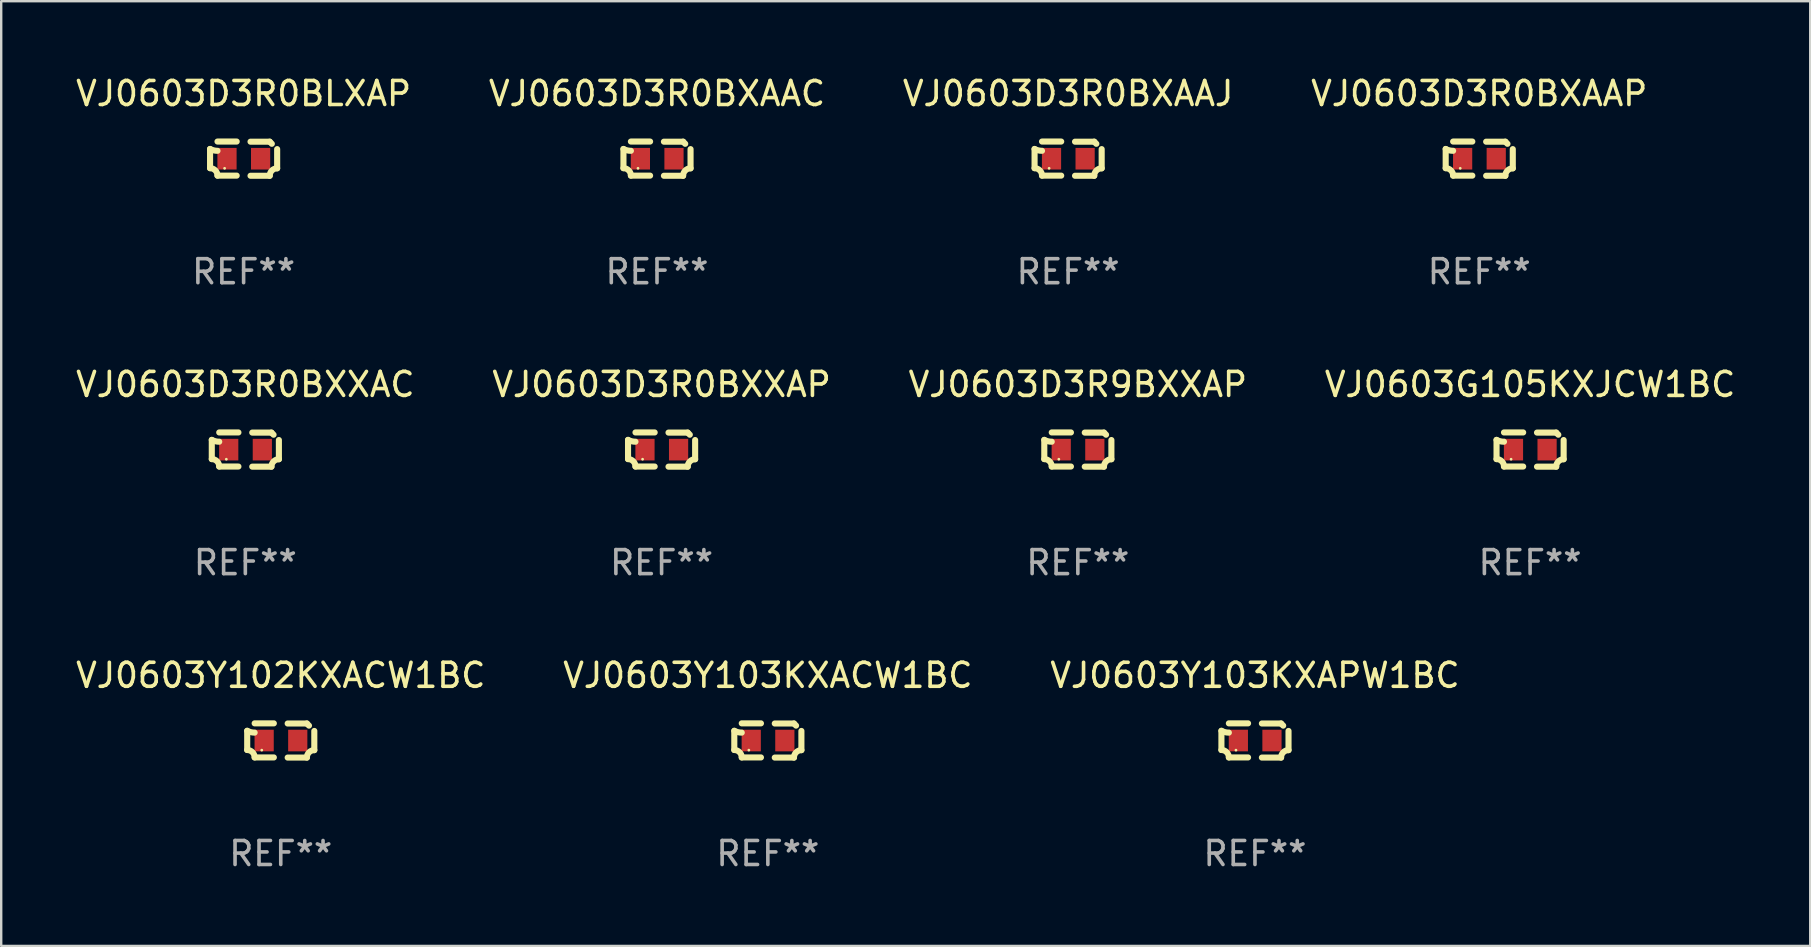
<source format=kicad_pcb>
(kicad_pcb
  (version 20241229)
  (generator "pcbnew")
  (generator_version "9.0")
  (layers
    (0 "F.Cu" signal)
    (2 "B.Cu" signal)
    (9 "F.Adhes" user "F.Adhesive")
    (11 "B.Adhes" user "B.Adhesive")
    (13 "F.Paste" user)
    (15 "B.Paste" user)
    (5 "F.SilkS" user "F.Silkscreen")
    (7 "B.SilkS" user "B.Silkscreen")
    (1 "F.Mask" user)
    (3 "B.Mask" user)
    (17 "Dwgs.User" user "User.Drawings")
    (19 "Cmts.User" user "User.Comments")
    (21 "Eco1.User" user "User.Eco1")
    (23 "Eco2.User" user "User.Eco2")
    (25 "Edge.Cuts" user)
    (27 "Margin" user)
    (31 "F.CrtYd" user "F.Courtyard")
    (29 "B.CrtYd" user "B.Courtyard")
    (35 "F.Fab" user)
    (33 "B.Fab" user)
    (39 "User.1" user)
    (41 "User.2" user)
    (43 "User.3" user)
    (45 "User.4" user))
  (footprint "VJ0603D3R0BXAAC"
    (layer "F.Cu")
    (at 24.327 3.561)
    (property "Reference" "VJ0603D3R0BXAAC" (at 0 -2.713 0) (layer "F.SilkS") (effects (font (size 1 1) (thickness 0.15))))
    (attr through_hole)
    (fp_line (start -1.398 -0.403) (end -1.398 0.397) (stroke (width 0.254) (type solid)) (layer "F.SilkS"))
    (fp_line (start -0.288 -0.713) (end -1.088 -0.713) (stroke (width 0.254) (type solid)) (layer "F.SilkS"))
    (fp_line (start -0.288 0.707) (end -1.088 0.707) (stroke (width 0.254) (type solid)) (layer "F.SilkS"))
    (fp_line (start 0.288 -0.707) (end 1.088 -0.707) (stroke (width 0.254) (type solid)) (layer "F.SilkS"))
    (fp_line (start 0.288 0.713) (end 1.088 0.713) (stroke (width 0.254) (type solid)) (layer "F.SilkS"))
    (fp_line (start 1.398 -0.397) (end 1.398 0.403) (stroke (width 0.254) (type solid)) (layer "F.SilkS"))
    (fp_arc (start -1.397789 0.397066) (mid -1.178701 0.487826) (end -1.08796 0.706922) (stroke (width 0.254001) (type solid)) (layer "F.SilkS"))
    (fp_arc (start -1.08796 -0.327176) (mid -1.247436 -0.346384) (end -1.39779 -0.402908) (stroke (width 0.254001) (type solid)) (layer "F.SilkS"))
    (fp_arc (start 1.087909 0.712738) (mid 1.178656 0.493655) (end 1.397739 0.402908) (stroke (width 0.254001) (type solid)) (layer "F.SilkS"))
    (fp_arc (start 1.175925 -0.618926) (mid 1.131917 -0.662923) (end 1.08791 -0.706922) (stroke (width 0.254001) (type solid)) (layer "F.SilkS"))
    (fp_circle (center -0.792 0.403) (end -0.762 0.403) (stroke (width 0.06) (type solid)) (fill no) (layer "F.SilkS"))
    (fp_text user "REF**" (at 0 4.713 0) (layer "F.Fab") (effects (font (size 1 1) (thickness 0.15))))
    (pad "1" smd rect (at -0.692 0.003) (size 0.8 0.9) (layers "F.Cu" "F.Mask" "F.Paste"))
    (pad "2" smd rect (at 0.708 0.003) (size 0.8 0.9) (layers "F.Cu" "F.Mask" "F.Paste")))
  (footprint "VJ0603G105KXJCW1BC"
    (layer "F.Cu")
    (at 60.708 15.683)
    (property "Reference" "VJ0603G105KXJCW1BC" (at 0 -2.713 0) (layer "F.SilkS") (effects (font (size 1 1) (thickness 0.15))))
    (attr through_hole)
    (fp_line (start -1.398 -0.403) (end -1.398 0.397) (stroke (width 0.254) (type solid)) (layer "F.SilkS"))
    (fp_line (start -0.288 -0.713) (end -1.088 -0.713) (stroke (width 0.254) (type solid)) (layer "F.SilkS"))
    (fp_line (start -0.288 0.707) (end -1.088 0.707) (stroke (width 0.254) (type solid)) (layer "F.SilkS"))
    (fp_line (start 0.288 -0.707) (end 1.088 -0.707) (stroke (width 0.254) (type solid)) (layer "F.SilkS"))
    (fp_line (start 0.288 0.713) (end 1.088 0.713) (stroke (width 0.254) (type solid)) (layer "F.SilkS"))
    (fp_line (start 1.398 -0.397) (end 1.398 0.403) (stroke (width 0.254) (type solid)) (layer "F.SilkS"))
    (fp_arc (start -1.397789 0.397066) (mid -1.178701 0.487826) (end -1.08796 0.706922) (stroke (width 0.254001) (type solid)) (layer "F.SilkS"))
    (fp_arc (start -1.08796 -0.327176) (mid -1.247436 -0.346384) (end -1.39779 -0.402908) (stroke (width 0.254001) (type solid)) (layer "F.SilkS"))
    (fp_arc (start 1.087909 0.712738) (mid 1.178656 0.493655) (end 1.397739 0.402908) (stroke (width 0.254001) (type solid)) (layer "F.SilkS"))
    (fp_arc (start 1.175925 -0.618926) (mid 1.131917 -0.662923) (end 1.08791 -0.706922) (stroke (width 0.254001) (type solid)) (layer "F.SilkS"))
    (fp_circle (center -0.792 0.403) (end -0.762 0.403) (stroke (width 0.06) (type solid)) (fill no) (layer "F.SilkS"))
    (fp_text user "REF**" (at 0 4.713 0) (layer "F.Fab") (effects (font (size 1 1) (thickness 0.15))))
    (pad "1" smd rect (at -0.692 0.003) (size 0.8 0.9) (layers "F.Cu" "F.Mask" "F.Paste"))
    (pad "2" smd rect (at 0.708 0.003) (size 0.8 0.9) (layers "F.Cu" "F.Mask" "F.Paste")))
  (footprint "VJ0603Y103KXACW1BC"
    (layer "F.Cu")
    (at 28.946 27.805)
    (property "Reference" "VJ0603Y103KXACW1BC" (at 0 -2.713 0) (layer "F.SilkS") (effects (font (size 1 1) (thickness 0.15))))
    (attr through_hole)
    (fp_line (start -1.398 -0.403) (end -1.398 0.397) (stroke (width 0.254) (type solid)) (layer "F.SilkS"))
    (fp_line (start -0.288 -0.713) (end -1.088 -0.713) (stroke (width 0.254) (type solid)) (layer "F.SilkS"))
    (fp_line (start -0.288 0.707) (end -1.088 0.707) (stroke (width 0.254) (type solid)) (layer "F.SilkS"))
    (fp_line (start 0.288 -0.707) (end 1.088 -0.707) (stroke (width 0.254) (type solid)) (layer "F.SilkS"))
    (fp_line (start 0.288 0.713) (end 1.088 0.713) (stroke (width 0.254) (type solid)) (layer "F.SilkS"))
    (fp_line (start 1.398 -0.397) (end 1.398 0.403) (stroke (width 0.254) (type solid)) (layer "F.SilkS"))
    (fp_arc (start -1.397789 0.397066) (mid -1.178701 0.487826) (end -1.08796 0.706922) (stroke (width 0.254001) (type solid)) (layer "F.SilkS"))
    (fp_arc (start -1.08796 -0.327176) (mid -1.247436 -0.346384) (end -1.39779 -0.402908) (stroke (width 0.254001) (type solid)) (layer "F.SilkS"))
    (fp_arc (start 1.087909 0.712738) (mid 1.178656 0.493655) (end 1.397739 0.402908) (stroke (width 0.254001) (type solid)) (layer "F.SilkS"))
    (fp_arc (start 1.175925 -0.618926) (mid 1.131917 -0.662923) (end 1.08791 -0.706922) (stroke (width 0.254001) (type solid)) (layer "F.SilkS"))
    (fp_circle (center -0.792 0.403) (end -0.762 0.403) (stroke (width 0.06) (type solid)) (fill no) (layer "F.SilkS"))
    (fp_text user "REF**" (at 0 4.713 0) (layer "F.Fab") (effects (font (size 1 1) (thickness 0.15))))
    (pad "1" smd rect (at -0.692 0.003) (size 0.8 0.9) (layers "F.Cu" "F.Mask" "F.Paste"))
    (pad "2" smd rect (at 0.708 0.003) (size 0.8 0.9) (layers "F.Cu" "F.Mask" "F.Paste")))
  (footprint "VJ0603Y103KXAPW1BC"
    (layer "F.Cu")
    (at 49.244 27.805)
    (property "Reference" "VJ0603Y103KXAPW1BC" (at 0 -2.713 0) (layer "F.SilkS") (effects (font (size 1 1) (thickness 0.15))))
    (attr through_hole)
    (fp_line (start -1.398 -0.403) (end -1.398 0.397) (stroke (width 0.254) (type solid)) (layer "F.SilkS"))
    (fp_line (start -0.288 -0.713) (end -1.088 -0.713) (stroke (width 0.254) (type solid)) (layer "F.SilkS"))
    (fp_line (start -0.288 0.707) (end -1.088 0.707) (stroke (width 0.254) (type solid)) (layer "F.SilkS"))
    (fp_line (start 0.288 -0.707) (end 1.088 -0.707) (stroke (width 0.254) (type solid)) (layer "F.SilkS"))
    (fp_line (start 0.288 0.713) (end 1.088 0.713) (stroke (width 0.254) (type solid)) (layer "F.SilkS"))
    (fp_line (start 1.398 -0.397) (end 1.398 0.403) (stroke (width 0.254) (type solid)) (layer "F.SilkS"))
    (fp_arc (start -1.397789 0.397066) (mid -1.178701 0.487826) (end -1.08796 0.706922) (stroke (width 0.254001) (type solid)) (layer "F.SilkS"))
    (fp_arc (start -1.08796 -0.327176) (mid -1.247436 -0.346384) (end -1.39779 -0.402908) (stroke (width 0.254001) (type solid)) (layer "F.SilkS"))
    (fp_arc (start 1.087909 0.712738) (mid 1.178656 0.493655) (end 1.397739 0.402908) (stroke (width 0.254001) (type solid)) (layer "F.SilkS"))
    (fp_arc (start 1.175925 -0.618926) (mid 1.131917 -0.662923) (end 1.08791 -0.706922) (stroke (width 0.254001) (type solid)) (layer "F.SilkS"))
    (fp_circle (center -0.792 0.403) (end -0.762 0.403) (stroke (width 0.06) (type solid)) (fill no) (layer "F.SilkS"))
    (fp_text user "REF**" (at 0 4.713 0) (layer "F.Fab") (effects (font (size 1 1) (thickness 0.15))))
    (pad "1" smd rect (at -0.692 0.003) (size 0.8 0.9) (layers "F.Cu" "F.Mask" "F.Paste"))
    (pad "2" smd rect (at 0.708 0.003) (size 0.8 0.9) (layers "F.Cu" "F.Mask" "F.Paste")))
  (footprint "VJ0603Y102KXACW1BC"
    (layer "F.Cu")
    (at 8.649 27.805)
    (property "Reference" "VJ0603Y102KXACW1BC" (at 0 -2.713 0) (layer "F.SilkS") (effects (font (size 1 1) (thickness 0.15))))
    (attr through_hole)
    (fp_line (start -1.398 -0.403) (end -1.398 0.397) (stroke (width 0.254) (type solid)) (layer "F.SilkS"))
    (fp_line (start -0.288 -0.713) (end -1.088 -0.713) (stroke (width 0.254) (type solid)) (layer "F.SilkS"))
    (fp_line (start -0.288 0.707) (end -1.088 0.707) (stroke (width 0.254) (type solid)) (layer "F.SilkS"))
    (fp_line (start 0.288 -0.707) (end 1.088 -0.707) (stroke (width 0.254) (type solid)) (layer "F.SilkS"))
    (fp_line (start 0.288 0.713) (end 1.088 0.713) (stroke (width 0.254) (type solid)) (layer "F.SilkS"))
    (fp_line (start 1.398 -0.397) (end 1.398 0.403) (stroke (width 0.254) (type solid)) (layer "F.SilkS"))
    (fp_arc (start -1.397789 0.397066) (mid -1.178701 0.487826) (end -1.08796 0.706922) (stroke (width 0.254001) (type solid)) (layer "F.SilkS"))
    (fp_arc (start -1.08796 -0.327176) (mid -1.247436 -0.346384) (end -1.39779 -0.402908) (stroke (width 0.254001) (type solid)) (layer "F.SilkS"))
    (fp_arc (start 1.087909 0.712738) (mid 1.178656 0.493655) (end 1.397739 0.402908) (stroke (width 0.254001) (type solid)) (layer "F.SilkS"))
    (fp_arc (start 1.175925 -0.618926) (mid 1.131917 -0.662923) (end 1.08791 -0.706922) (stroke (width 0.254001) (type solid)) (layer "F.SilkS"))
    (fp_circle (center -0.792 0.403) (end -0.762 0.403) (stroke (width 0.06) (type solid)) (fill no) (layer "F.SilkS"))
    (fp_text user "REF**" (at 0 4.713 0) (layer "F.Fab") (effects (font (size 1 1) (thickness 0.15))))
    (pad "1" smd rect (at -0.692 0.003) (size 0.8 0.9) (layers "F.Cu" "F.Mask" "F.Paste"))
    (pad "2" smd rect (at 0.708 0.003) (size 0.8 0.9) (layers "F.Cu" "F.Mask" "F.Paste")))
  (footprint "VJ0603D3R0BLXAP"
    (layer "F.Cu")
    (at 7.101 3.561)
    (property "Reference" "VJ0603D3R0BLXAP" (at 0 -2.713 0) (layer "F.SilkS") (effects (font (size 1 1) (thickness 0.15))))
    (attr through_hole)
    (fp_line (start -1.398 -0.403) (end -1.398 0.397) (stroke (width 0.254) (type solid)) (layer "F.SilkS"))
    (fp_line (start -0.288 -0.713) (end -1.088 -0.713) (stroke (width 0.254) (type solid)) (layer "F.SilkS"))
    (fp_line (start -0.288 0.707) (end -1.088 0.707) (stroke (width 0.254) (type solid)) (layer "F.SilkS"))
    (fp_line (start 0.288 -0.707) (end 1.088 -0.707) (stroke (width 0.254) (type solid)) (layer "F.SilkS"))
    (fp_line (start 0.288 0.713) (end 1.088 0.713) (stroke (width 0.254) (type solid)) (layer "F.SilkS"))
    (fp_line (start 1.398 -0.397) (end 1.398 0.403) (stroke (width 0.254) (type solid)) (layer "F.SilkS"))
    (fp_arc (start -1.397789 0.397066) (mid -1.178701 0.487826) (end -1.08796 0.706922) (stroke (width 0.254001) (type solid)) (layer "F.SilkS"))
    (fp_arc (start -1.08796 -0.327176) (mid -1.247436 -0.346384) (end -1.39779 -0.402908) (stroke (width 0.254001) (type solid)) (layer "F.SilkS"))
    (fp_arc (start 1.087909 0.712738) (mid 1.178656 0.493655) (end 1.397739 0.402908) (stroke (width 0.254001) (type solid)) (layer "F.SilkS"))
    (fp_arc (start 1.175925 -0.618926) (mid 1.131917 -0.662923) (end 1.08791 -0.706922) (stroke (width 0.254001) (type solid)) (layer "F.SilkS"))
    (fp_circle (center -0.792 0.403) (end -0.762 0.403) (stroke (width 0.06) (type solid)) (fill no) (layer "F.SilkS"))
    (fp_text user "REF**" (at 0 4.713 0) (layer "F.Fab") (effects (font (size 1 1) (thickness 0.15))))
    (pad "1" smd rect (at -0.692 0.003) (size 0.8 0.9) (layers "F.Cu" "F.Mask" "F.Paste"))
    (pad "2" smd rect (at 0.708 0.003) (size 0.8 0.9) (layers "F.Cu" "F.Mask" "F.Paste")))
  (footprint "VJ0603D3R0BXXAP"
    (layer "F.Cu")
    (at 24.518 15.683)
    (property "Reference" "VJ0603D3R0BXXAP" (at 0 -2.713 0) (layer "F.SilkS") (effects (font (size 1 1) (thickness 0.15))))
    (attr through_hole)
    (fp_line (start -1.398 -0.403) (end -1.398 0.397) (stroke (width 0.254) (type solid)) (layer "F.SilkS"))
    (fp_line (start -0.288 -0.713) (end -1.088 -0.713) (stroke (width 0.254) (type solid)) (layer "F.SilkS"))
    (fp_line (start -0.288 0.707) (end -1.088 0.707) (stroke (width 0.254) (type solid)) (layer "F.SilkS"))
    (fp_line (start 0.288 -0.707) (end 1.088 -0.707) (stroke (width 0.254) (type solid)) (layer "F.SilkS"))
    (fp_line (start 0.288 0.713) (end 1.088 0.713) (stroke (width 0.254) (type solid)) (layer "F.SilkS"))
    (fp_line (start 1.398 -0.397) (end 1.398 0.403) (stroke (width 0.254) (type solid)) (layer "F.SilkS"))
    (fp_arc (start -1.397789 0.397066) (mid -1.178701 0.487826) (end -1.08796 0.706922) (stroke (width 0.254001) (type solid)) (layer "F.SilkS"))
    (fp_arc (start -1.08796 -0.327176) (mid -1.247436 -0.346384) (end -1.39779 -0.402908) (stroke (width 0.254001) (type solid)) (layer "F.SilkS"))
    (fp_arc (start 1.087909 0.712738) (mid 1.178656 0.493655) (end 1.397739 0.402908) (stroke (width 0.254001) (type solid)) (layer "F.SilkS"))
    (fp_arc (start 1.175925 -0.618926) (mid 1.131917 -0.662923) (end 1.08791 -0.706922) (stroke (width 0.254001) (type solid)) (layer "F.SilkS"))
    (fp_circle (center -0.792 0.403) (end -0.762 0.403) (stroke (width 0.06) (type solid)) (fill no) (layer "F.SilkS"))
    (fp_text user "REF**" (at 0 4.713 0) (layer "F.Fab") (effects (font (size 1 1) (thickness 0.15))))
    (pad "1" smd rect (at -0.692 0.003) (size 0.8 0.9) (layers "F.Cu" "F.Mask" "F.Paste"))
    (pad "2" smd rect (at 0.708 0.003) (size 0.8 0.9) (layers "F.Cu" "F.Mask" "F.Paste")))
  (footprint "VJ0603D3R9BXXAP"
    (layer "F.Cu")
    (at 41.863 15.683)
    (property "Reference" "VJ0603D3R9BXXAP" (at 0 -2.713 0) (layer "F.SilkS") (effects (font (size 1 1) (thickness 0.15))))
    (attr through_hole)
    (fp_line (start -1.398 -0.403) (end -1.398 0.397) (stroke (width 0.254) (type solid)) (layer "F.SilkS"))
    (fp_line (start -0.288 -0.713) (end -1.088 -0.713) (stroke (width 0.254) (type solid)) (layer "F.SilkS"))
    (fp_line (start -0.288 0.707) (end -1.088 0.707) (stroke (width 0.254) (type solid)) (layer "F.SilkS"))
    (fp_line (start 0.288 -0.707) (end 1.088 -0.707) (stroke (width 0.254) (type solid)) (layer "F.SilkS"))
    (fp_line (start 0.288 0.713) (end 1.088 0.713) (stroke (width 0.254) (type solid)) (layer "F.SilkS"))
    (fp_line (start 1.398 -0.397) (end 1.398 0.403) (stroke (width 0.254) (type solid)) (layer "F.SilkS"))
    (fp_arc (start -1.397789 0.397066) (mid -1.178701 0.487826) (end -1.08796 0.706922) (stroke (width 0.254001) (type solid)) (layer "F.SilkS"))
    (fp_arc (start -1.08796 -0.327176) (mid -1.247436 -0.346384) (end -1.39779 -0.402908) (stroke (width 0.254001) (type solid)) (layer "F.SilkS"))
    (fp_arc (start 1.087909 0.712738) (mid 1.178656 0.493655) (end 1.397739 0.402908) (stroke (width 0.254001) (type solid)) (layer "F.SilkS"))
    (fp_arc (start 1.175925 -0.618926) (mid 1.131917 -0.662923) (end 1.08791 -0.706922) (stroke (width 0.254001) (type solid)) (layer "F.SilkS"))
    (fp_circle (center -0.792 0.403) (end -0.762 0.403) (stroke (width 0.06) (type solid)) (fill no) (layer "F.SilkS"))
    (fp_text user "REF**" (at 0 4.713 0) (layer "F.Fab") (effects (font (size 1 1) (thickness 0.15))))
    (pad "1" smd rect (at -0.692 0.003) (size 0.8 0.9) (layers "F.Cu" "F.Mask" "F.Paste"))
    (pad "2" smd rect (at 0.708 0.003) (size 0.8 0.9) (layers "F.Cu" "F.Mask" "F.Paste")))
  (footprint "VJ0603D3R0BXXAC"
    (layer "F.Cu")
    (at 7.173 15.683)
    (property "Reference" "VJ0603D3R0BXXAC" (at 0 -2.713 0) (layer "F.SilkS") (effects (font (size 1 1) (thickness 0.15))))
    (attr through_hole)
    (fp_line (start -1.398 -0.403) (end -1.398 0.397) (stroke (width 0.254) (type solid)) (layer "F.SilkS"))
    (fp_line (start -0.288 -0.713) (end -1.088 -0.713) (stroke (width 0.254) (type solid)) (layer "F.SilkS"))
    (fp_line (start -0.288 0.707) (end -1.088 0.707) (stroke (width 0.254) (type solid)) (layer "F.SilkS"))
    (fp_line (start 0.288 -0.707) (end 1.088 -0.707) (stroke (width 0.254) (type solid)) (layer "F.SilkS"))
    (fp_line (start 0.288 0.713) (end 1.088 0.713) (stroke (width 0.254) (type solid)) (layer "F.SilkS"))
    (fp_line (start 1.398 -0.397) (end 1.398 0.403) (stroke (width 0.254) (type solid)) (layer "F.SilkS"))
    (fp_arc (start -1.397789 0.397066) (mid -1.178701 0.487826) (end -1.08796 0.706922) (stroke (width 0.254001) (type solid)) (layer "F.SilkS"))
    (fp_arc (start -1.08796 -0.327176) (mid -1.247436 -0.346384) (end -1.39779 -0.402908) (stroke (width 0.254001) (type solid)) (layer "F.SilkS"))
    (fp_arc (start 1.087909 0.712738) (mid 1.178656 0.493655) (end 1.397739 0.402908) (stroke (width 0.254001) (type solid)) (layer "F.SilkS"))
    (fp_arc (start 1.175925 -0.618926) (mid 1.131917 -0.662923) (end 1.08791 -0.706922) (stroke (width 0.254001) (type solid)) (layer "F.SilkS"))
    (fp_circle (center -0.792 0.403) (end -0.762 0.403) (stroke (width 0.06) (type solid)) (fill no) (layer "F.SilkS"))
    (fp_text user "REF**" (at 0 4.713 0) (layer "F.Fab") (effects (font (size 1 1) (thickness 0.15))))
    (pad "1" smd rect (at -0.692 0.003) (size 0.8 0.9) (layers "F.Cu" "F.Mask" "F.Paste"))
    (pad "2" smd rect (at 0.708 0.003) (size 0.8 0.9) (layers "F.Cu" "F.Mask" "F.Paste")))
  (footprint "VJ0603D3R0BXAAP"
    (layer "F.Cu")
    (at 58.589 3.561)
    (property "Reference" "VJ0603D3R0BXAAP" (at 0 -2.713 0) (layer "F.SilkS") (effects (font (size 1 1) (thickness 0.15))))
    (attr through_hole)
    (fp_line (start -1.398 -0.403) (end -1.398 0.397) (stroke (width 0.254) (type solid)) (layer "F.SilkS"))
    (fp_line (start -0.288 -0.713) (end -1.088 -0.713) (stroke (width 0.254) (type solid)) (layer "F.SilkS"))
    (fp_line (start -0.288 0.707) (end -1.088 0.707) (stroke (width 0.254) (type solid)) (layer "F.SilkS"))
    (fp_line (start 0.288 -0.707) (end 1.088 -0.707) (stroke (width 0.254) (type solid)) (layer "F.SilkS"))
    (fp_line (start 0.288 0.713) (end 1.088 0.713) (stroke (width 0.254) (type solid)) (layer "F.SilkS"))
    (fp_line (start 1.398 -0.397) (end 1.398 0.403) (stroke (width 0.254) (type solid)) (layer "F.SilkS"))
    (fp_arc (start -1.397789 0.397066) (mid -1.178701 0.487826) (end -1.08796 0.706922) (stroke (width 0.254001) (type solid)) (layer "F.SilkS"))
    (fp_arc (start -1.08796 -0.327176) (mid -1.247436 -0.346384) (end -1.39779 -0.402908) (stroke (width 0.254001) (type solid)) (layer "F.SilkS"))
    (fp_arc (start 1.087909 0.712738) (mid 1.178656 0.493655) (end 1.397739 0.402908) (stroke (width 0.254001) (type solid)) (layer "F.SilkS"))
    (fp_arc (start 1.175925 -0.618926) (mid 1.131917 -0.662923) (end 1.08791 -0.706922) (stroke (width 0.254001) (type solid)) (layer "F.SilkS"))
    (fp_circle (center -0.792 0.403) (end -0.762 0.403) (stroke (width 0.06) (type solid)) (fill no) (layer "F.SilkS"))
    (fp_text user "REF**" (at 0 4.713 0) (layer "F.Fab") (effects (font (size 1 1) (thickness 0.15))))
    (pad "1" smd rect (at -0.692 0.003) (size 0.8 0.9) (layers "F.Cu" "F.Mask" "F.Paste"))
    (pad "2" smd rect (at 0.708 0.003) (size 0.8 0.9) (layers "F.Cu" "F.Mask" "F.Paste")))
  (footprint "VJ0603D3R0BXAAJ"
    (layer "F.Cu")
    (at 41.458 3.561)
    (property "Reference" "VJ0603D3R0BXAAJ" (at 0 -2.713 0) (layer "F.SilkS") (effects (font (size 1 1) (thickness 0.15))))
    (attr through_hole)
    (fp_line (start -1.398 -0.403) (end -1.398 0.397) (stroke (width 0.254) (type solid)) (layer "F.SilkS"))
    (fp_line (start -0.288 -0.713) (end -1.088 -0.713) (stroke (width 0.254) (type solid)) (layer "F.SilkS"))
    (fp_line (start -0.288 0.707) (end -1.088 0.707) (stroke (width 0.254) (type solid)) (layer "F.SilkS"))
    (fp_line (start 0.288 -0.707) (end 1.088 -0.707) (stroke (width 0.254) (type solid)) (layer "F.SilkS"))
    (fp_line (start 0.288 0.713) (end 1.088 0.713) (stroke (width 0.254) (type solid)) (layer "F.SilkS"))
    (fp_line (start 1.398 -0.397) (end 1.398 0.403) (stroke (width 0.254) (type solid)) (layer "F.SilkS"))
    (fp_arc (start -1.397789 0.397066) (mid -1.178701 0.487826) (end -1.08796 0.706922) (stroke (width 0.254001) (type solid)) (layer "F.SilkS"))
    (fp_arc (start -1.08796 -0.327176) (mid -1.247436 -0.346384) (end -1.39779 -0.402908) (stroke (width 0.254001) (type solid)) (layer "F.SilkS"))
    (fp_arc (start 1.087909 0.712738) (mid 1.178656 0.493655) (end 1.397739 0.402908) (stroke (width 0.254001) (type solid)) (layer "F.SilkS"))
    (fp_arc (start 1.175925 -0.618926) (mid 1.131917 -0.662923) (end 1.08791 -0.706922) (stroke (width 0.254001) (type solid)) (layer "F.SilkS"))
    (fp_circle (center -0.792 0.403) (end -0.762 0.403) (stroke (width 0.06) (type solid)) (fill no) (layer "F.SilkS"))
    (fp_text user "REF**" (at 0 4.713 0) (layer "F.Fab") (effects (font (size 1 1) (thickness 0.15))))
    (pad "1" smd rect (at -0.692 0.003) (size 0.8 0.9) (layers "F.Cu" "F.Mask" "F.Paste"))
    (pad "2" smd rect (at 0.708 0.003) (size 0.8 0.9) (layers "F.Cu" "F.Mask" "F.Paste")))
  (gr_rect
    (start -3 -3)
    (end 72.381 36.366)
    (stroke (width 0.1) (type default))
    (fill no)
    (layer "Edge.Cuts")))
</source>
